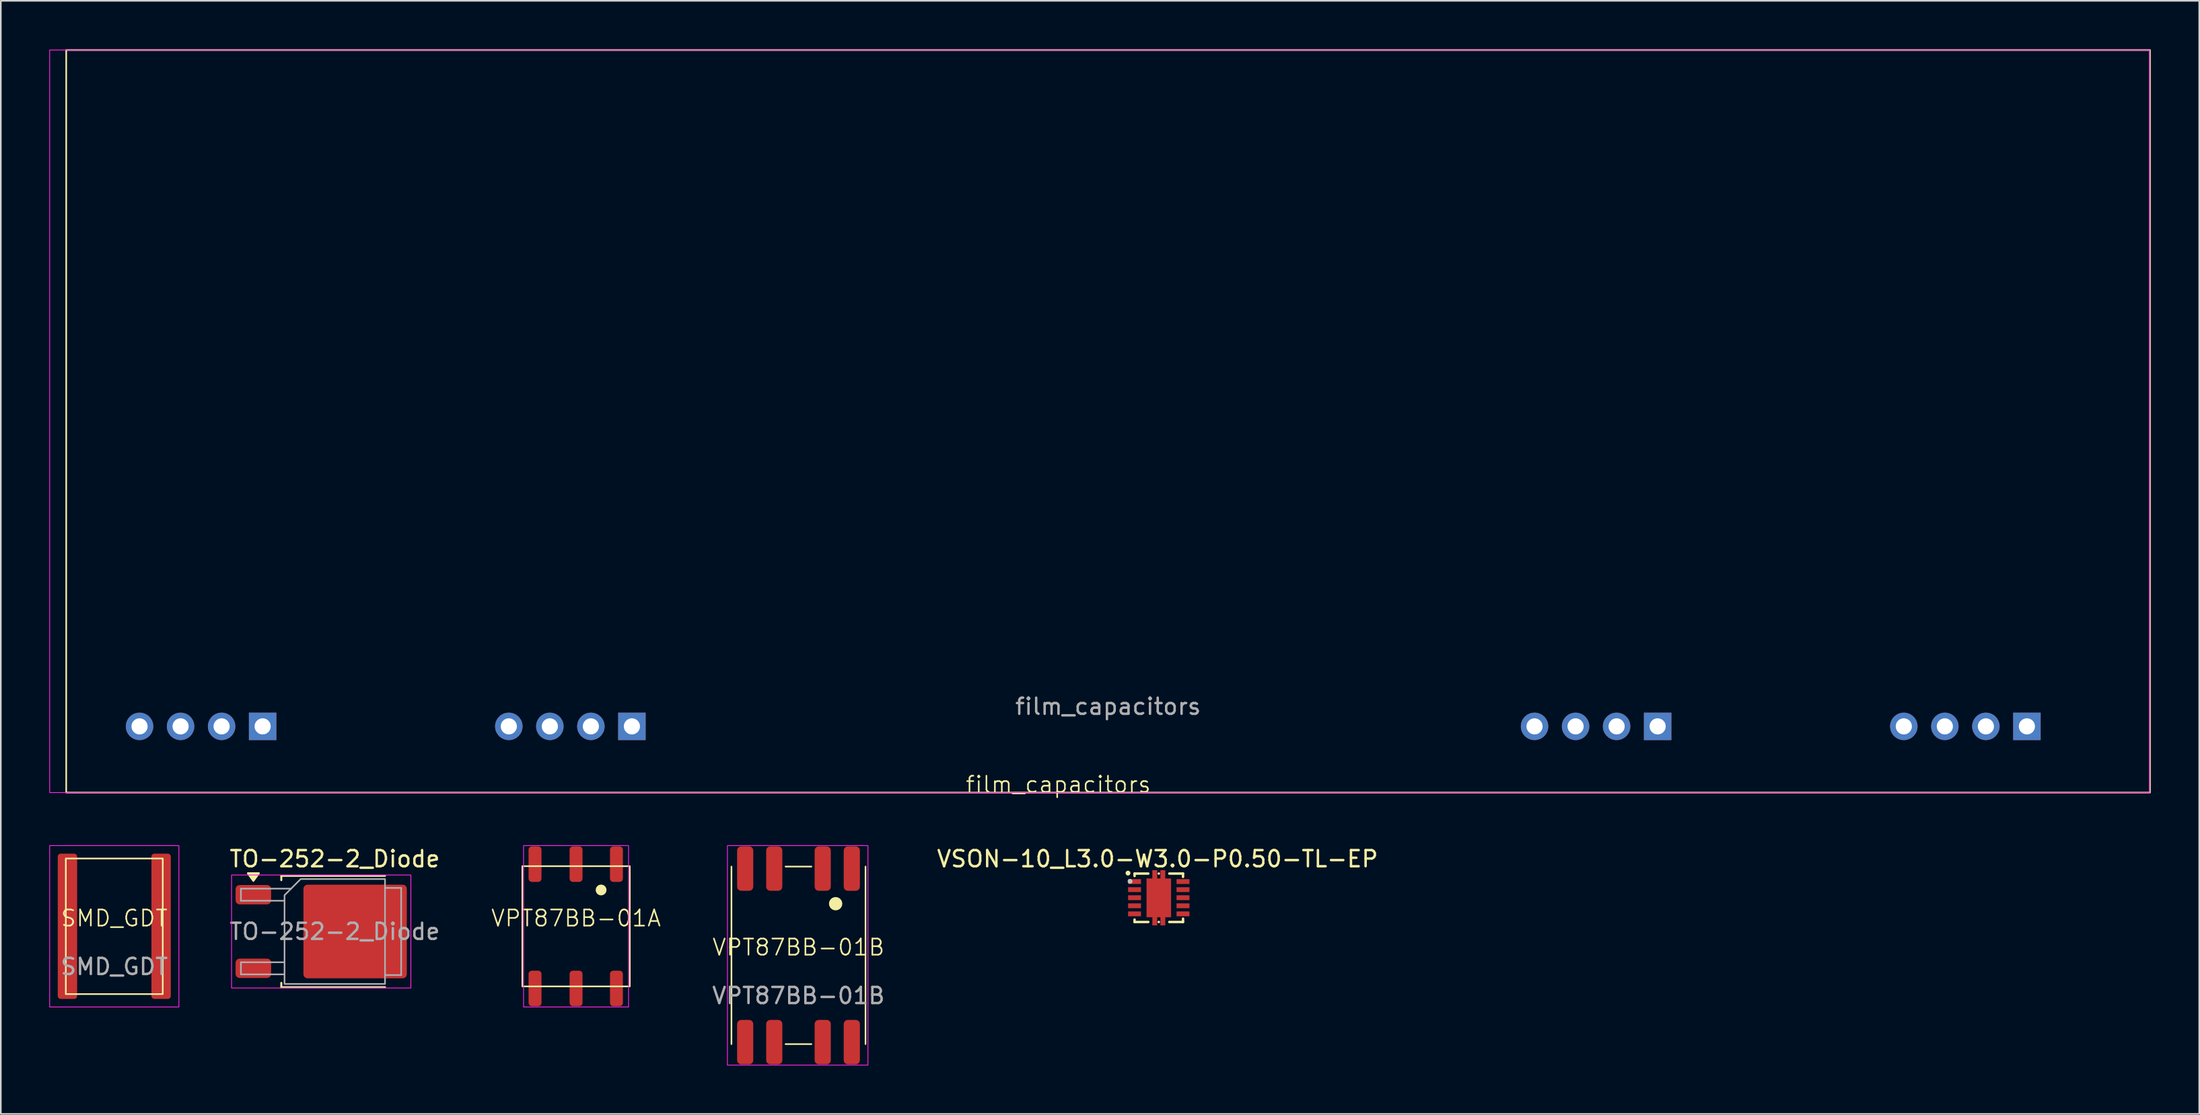
<source format=kicad_pcb>
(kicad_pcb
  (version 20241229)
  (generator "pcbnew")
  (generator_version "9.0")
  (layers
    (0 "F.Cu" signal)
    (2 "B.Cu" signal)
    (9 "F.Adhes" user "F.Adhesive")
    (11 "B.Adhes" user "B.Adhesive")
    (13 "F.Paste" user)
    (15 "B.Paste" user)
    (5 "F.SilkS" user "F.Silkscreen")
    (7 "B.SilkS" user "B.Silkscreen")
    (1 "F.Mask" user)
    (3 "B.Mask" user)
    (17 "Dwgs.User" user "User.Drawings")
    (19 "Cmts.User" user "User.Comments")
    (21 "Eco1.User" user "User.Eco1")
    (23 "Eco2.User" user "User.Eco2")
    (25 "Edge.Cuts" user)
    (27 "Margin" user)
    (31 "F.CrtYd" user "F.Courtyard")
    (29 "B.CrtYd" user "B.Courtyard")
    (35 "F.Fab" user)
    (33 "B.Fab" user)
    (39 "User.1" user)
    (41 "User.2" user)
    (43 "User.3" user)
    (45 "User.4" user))
  (footprint "SMD_GDT"
    (layer "F.Cu")
    (at 4.025 54.336)
    (property "Reference" "SMD_GDT" (at 0 -0.5 0) (unlocked yes) (layer "F.SilkS") (effects (font (size 1 1) (thickness 0.1))))
    (attr through_hole)
    (fp_rect (start -3 -4.2) (end 3 4.2) (stroke (width 0.1) (type solid)) (fill no) (layer "F.SilkS"))
    (fp_rect (start -4 -5) (end 4 5) (stroke (width 0.05) (type default)) (fill no) (layer "F.CrtYd"))
    (fp_text user "${REFERENCE}" (at 0 2.5 0) (unlocked yes) (layer "F.Fab") (effects (font (size 1 1) (thickness 0.15))))
    (pad "1" smd roundrect (at -2.9 0) (size 1.2 9) (layers "F.Cu" "F.Mask" "F.Paste") (roundrect_rratio 0.15))
    (pad "3" smd roundrect (at 2.9 0) (size 1.2 9) (layers "F.Cu" "F.Mask" "F.Paste") (roundrect_rratio 0.15)))
  (footprint "VPT87BB-01A"
    (layer "F.Cu")
    (at 32.612 54.336)
    (property "Reference" "VPT87BB-01A" (at 0 -0.5 0) (unlocked yes) (layer "F.SilkS") (effects (font (size 1 1) (thickness 0.1))))
    (attr smd)
    (fp_rect (start 3.325 -3.725) (end -3.325 3.725) (stroke (width 0.1) (type default)) (fill no) (layer "F.SilkS"))
    (fp_circle (center 1.55 -2.25) (end 1.833 -2.25) (stroke (width 0.1) (type solid)) (fill yes) (layer "F.SilkS"))
    (fp_rect (start -3.25 -5) (end 3.25 5) (stroke (width 0.05) (type default)) (fill no) (layer "F.CrtYd"))
    (pad "1" smd roundrect (at 2.5 -3.85) (size 0.8 2.2) (layers "F.Cu" "F.Mask" "F.Paste") (roundrect_rratio 0.25))
    (pad "2" smd roundrect (at 0 -3.85) (size 0.8 2.2) (layers "F.Cu" "F.Mask" "F.Paste") (roundrect_rratio 0.25))
    (pad "3" smd roundrect (at -2.54 -3.85) (size 0.8 2.2) (layers "F.Cu" "F.Mask" "F.Paste") (roundrect_rratio 0.25))
    (pad "4" smd roundrect (at -2.54 3.85) (size 0.8 2.2) (layers "F.Cu" "F.Mask" "F.Paste") (roundrect_rratio 0.25))
    (pad "5" smd roundrect (at 0 3.85) (size 0.8 2.2) (layers "F.Cu" "F.Mask" "F.Paste") (roundrect_rratio 0.25))
    (pad "6" smd roundrect (at 2.5 3.85) (size 0.8 2.2) (layers "F.Cu" "F.Mask" "F.Paste") (roundrect_rratio 0.25)))
  (footprint "VPT87BB-01B"
    (layer "F.Cu")
    (at 46.382 56.136)
    (property "Reference" "VPT87BB-01B" (at 0 -0.5 0) (unlocked yes) (layer "F.SilkS") (effects (font (size 1 1) (thickness 0.1))))
    (attr smd)
    (fp_line (start -4.15 -5.5) (end -4.15 5.5) (stroke (width 0.1) (type default)) (layer "F.SilkS"))
    (fp_line (start -0.8 -5.5) (end 0.8 -5.5) (stroke (width 0.1) (type default)) (layer "F.SilkS"))
    (fp_line (start -0.8 5.5) (end 0.8 5.5) (stroke (width 0.1) (type default)) (layer "F.SilkS"))
    (fp_line (start 4.15 -5.5) (end 4.15 5.5) (stroke (width 0.1) (type default)) (layer "F.SilkS"))
    (fp_circle (center 2.3 -3.2) (end 2.661 -3.2) (stroke (width 0.1) (type solid)) (fill yes) (layer "F.SilkS"))
    (fp_rect (start -4.4 -6.8) (end 4.3 6.8) (stroke (width 0.05) (type default)) (fill no) (layer "F.CrtYd"))
    (fp_text user "${REFERENCE}" (at 0 2.5 0) (unlocked yes) (layer "F.Fab") (effects (font (size 1 1) (thickness 0.15))))
    (pad "1" smd roundrect (at 3.3 -5.375) (size 1 2.75) (layers "F.Cu" "F.Mask" "F.Paste") (roundrect_rratio 0.25))
    (pad "2" smd roundrect (at 1.5 -5.375) (size 1 2.75) (layers "F.Cu" "F.Mask" "F.Paste") (roundrect_rratio 0.25))
    (pad "3" smd roundrect (at -1.5 -5.375) (size 1 2.75) (layers "F.Cu" "F.Mask" "F.Paste") (roundrect_rratio 0.25))
    (pad "4" smd roundrect (at -3.3 -5.375) (size 1 2.75) (layers "F.Cu" "F.Mask" "F.Paste") (roundrect_rratio 0.25))
    (pad "5" smd roundrect (at -3.3 5.375) (size 1 2.75) (layers "F.Cu" "F.Mask" "F.Paste") (roundrect_rratio 0.25))
    (pad "6" smd roundrect (at -1.5 5.375) (size 1 2.75) (layers "F.Cu" "F.Mask" "F.Paste") (roundrect_rratio 0.25))
    (pad "7" smd roundrect (at 1.5 5.375) (size 1 2.75) (layers "F.Cu" "F.Mask" "F.Paste") (roundrect_rratio 0.25))
    (pad "8" smd roundrect (at 3.3 5.375) (size 1 2.75) (layers "F.Cu" "F.Mask" "F.Paste") (roundrect_rratio 0.25)))
  (footprint "TO-252-2_Diode"
    (layer "F.Cu")
    (at 17.675 54.659)
    (property "Reference" "TO-252-2_Diode" (at 0 -4.5 0) (layer "F.SilkS") (effects (font (size 1 1) (thickness 0.15))))
    (attr smd)
    (fp_line (start -3.31 -3.45) (end -3.31 -3.18) (stroke (width 0.12) (type solid)) (layer "F.SilkS"))
    (fp_line (start -3.31 3.45) (end -3.31 3.18) (stroke (width 0.12) (type solid)) (layer "F.SilkS"))
    (fp_line (start 3.11 -3.45) (end -3.31 -3.45) (stroke (width 0.12) (type solid)) (layer "F.SilkS"))
    (fp_line (start 3.11 3.45) (end -3.31 3.45) (stroke (width 0.12) (type solid)) (layer "F.SilkS"))
    (fp_poly (pts (xy -5.04 -3.14) (xy -5.38 -3.61) (xy -4.7 -3.61)) (stroke (width 0.12) (type solid)) (fill yes) (layer "F.SilkS"))
    (fp_rect (start -6.39 -3.5) (end 4.71 3.5) (stroke (width 0.05) (type solid)) (fill no) (layer "F.CrtYd"))
    (fp_line (start -5.81 -2.655) (end -5.81 -1.905) (stroke (width 0.1) (type solid)) (layer "F.Fab"))
    (fp_line (start -5.81 -1.905) (end -3.11 -1.905) (stroke (width 0.1) (type solid)) (layer "F.Fab"))
    (fp_line (start -5.81 1.905) (end -5.81 2.655) (stroke (width 0.1) (type solid)) (layer "F.Fab"))
    (fp_line (start -5.81 2.655) (end -3.11 2.655) (stroke (width 0.1) (type solid)) (layer "F.Fab"))
    (fp_line (start -3.11 1.905) (end -5.81 1.905) (stroke (width 0.1) (type solid)) (layer "F.Fab"))
    (fp_line (start -2.705 -2.655) (end -5.81 -2.655) (stroke (width 0.1) (type solid)) (layer "F.Fab"))
    (fp_line (start 3.11 -2.7) (end 4.11 -2.7) (stroke (width 0.1) (type solid)) (layer "F.Fab"))
    (fp_line (start 4.11 -2.7) (end 4.11 2.7) (stroke (width 0.1) (type solid)) (layer "F.Fab"))
    (fp_line (start 4.11 2.7) (end 3.11 2.7) (stroke (width 0.1) (type solid)) (layer "F.Fab"))
    (fp_poly (pts (xy 3.11 -3.25) (xy 3.11 3.25) (xy -3.11 3.25) (xy -3.11 -2.25) (xy -2.11 -3.25)) (stroke (width 0.1) (type solid)) (fill no) (layer "F.Fab"))
    (fp_text user "${REFERENCE}" (at 0 0 0) (layer "F.Fab") (effects (font (size 1 1) (thickness 0.15))))
    (pad "" smd roundrect (at -0.415 -1.525) (size 3.05 2.75) (layers "F.Paste") (roundrect_rratio 0.091))
    (pad "" smd roundrect (at -0.415 1.525) (size 3.05 2.75) (layers "F.Paste") (roundrect_rratio 0.091))
    (pad "" smd roundrect (at 2.935 -1.525) (size 3.05 2.75) (layers "F.Paste") (roundrect_rratio 0.091))
    (pad "" smd roundrect (at 2.935 1.525) (size 3.05 2.75) (layers "F.Paste") (roundrect_rratio 0.091))
    (pad "1" smd roundrect (at 1.26 0) (size 6.4 5.8) (layers "F.Cu" "F.Mask") (roundrect_rratio 0.043))
    (pad "2" smd roundrect (at -5.04 -2.28) (size 2.2 1.2) (layers "F.Cu" "F.Mask" "F.Paste") (roundrect_rratio 0.208))
    (pad "2" smd roundrect (at -5.04 2.28) (size 2.2 1.2) (layers "F.Cu" "F.Mask" "F.Paste") (roundrect_rratio 0.208)))
  (footprint "film_capacitors"
    (layer "F.Cu")
    (at 65.549 46.05)
    (property "Reference" "film_capacitors" (at -3.08 -0.5 0) (unlocked yes) (layer "F.SilkS") (effects (font (size 1 1) (thickness 0.1))))
    (attr through_hole)
    (fp_rect (start -64.5 -46) (end 64.5 0) (stroke (width 0.1) (type solid)) (fill no) (layer "F.SilkS"))
    (fp_rect (start -65.524 -46) (end 64.476 0) (stroke (width 0.05) (type solid)) (fill no) (layer "F.CrtYd"))
    (fp_text user "${REFERENCE}" (at 0 -5.334 0) (unlocked yes) (layer "F.Fab") (effects (font (size 1 1) (thickness 0.15))))
    (pad "1" thru_hole circle (at -37.1 -4.1 270) (size 1.7 1.7) (drill 1) (layers "*.Cu" "*.Mask"))
    (pad "1" thru_hole circle (at -34.56 -4.1 270) (size 1.7 1.7) (drill 1) (layers "*.Cu" "*.Mask"))
    (pad "1" thru_hole circle (at -32.02 -4.1 270) (size 1.7 1.7) (drill 1) (layers "*.Cu" "*.Mask"))
    (pad "1" thru_hole rect (at -29.48 -4.1 270) (size 1.7 1.7) (drill 1) (layers "*.Cu" "*.Mask"))
    (pad "1" thru_hole circle (at 49.26 -4.1 270) (size 1.7 1.7) (drill 1) (layers "*.Cu" "*.Mask"))
    (pad "1" thru_hole circle (at 51.8 -4.1 270) (size 1.7 1.7) (drill 1) (layers "*.Cu" "*.Mask"))
    (pad "1" thru_hole circle (at 54.34 -4.1 270) (size 1.7 1.7) (drill 1) (layers "*.Cu" "*.Mask"))
    (pad "1" thru_hole rect (at 56.88 -4.1 270) (size 1.7 1.7) (drill 1) (layers "*.Cu" "*.Mask"))
    (pad "2" thru_hole circle (at -59.96 -4.1 270) (size 1.7 1.7) (drill 1) (layers "*.Cu" "*.Mask"))
    (pad "2" thru_hole circle (at -57.42 -4.1 270) (size 1.7 1.7) (drill 1) (layers "*.Cu" "*.Mask"))
    (pad "2" thru_hole circle (at -54.88 -4.1 270) (size 1.7 1.7) (drill 1) (layers "*.Cu" "*.Mask"))
    (pad "2" thru_hole rect (at -52.34 -4.1 270) (size 1.7 1.7) (drill 1) (layers "*.Cu" "*.Mask"))
    (pad "2" thru_hole circle (at 26.4 -4.1 270) (size 1.7 1.7) (drill 1) (layers "*.Cu" "*.Mask"))
    (pad "2" thru_hole circle (at 28.94 -4.1 270) (size 1.7 1.7) (drill 1) (layers "*.Cu" "*.Mask"))
    (pad "2" thru_hole circle (at 31.48 -4.1 270) (size 1.7 1.7) (drill 1) (layers "*.Cu" "*.Mask"))
    (pad "2" thru_hole rect (at 34.02 -4.1 270) (size 1.7 1.7) (drill 1) (layers "*.Cu" "*.Mask")))
  (footprint "VSON-10_L3.0-W3.0-P0.50-TL-EP"
    (layer "F.Cu")
    (at 68.686 52.565)
    (property "Reference" "VSON-10_L3.0-W3.0-P0.50-TL-EP" (at -0.077 -2.406 0) (layer "F.SilkS") (effects (font (size 1 1) (thickness 0.15))))
    (fp_line (start -1.498 -1.496) (end -1.498 -1.345) (stroke (width 0.15) (type default)) (layer "F.SilkS"))
    (fp_line (start -1.498 -1.496) (end -0.647 -1.496) (stroke (width 0.15) (type default)) (layer "F.SilkS"))
    (fp_line (start -1.498 1.353) (end -1.498 1.504) (stroke (width 0.15) (type default)) (layer "F.SilkS"))
    (fp_line (start -0.647 1.504) (end -1.498 1.504) (stroke (width 0.15) (type default)) (layer "F.SilkS"))
    (fp_line (start 0.001 -1.496) (end 0.003 -1.496) (stroke (width 0.15) (type default)) (layer "F.SilkS"))
    (fp_line (start 0.003 1.504) (end 0.001 1.504) (stroke (width 0.15) (type default)) (layer "F.SilkS"))
    (fp_line (start 0.65 -1.496) (end 1.502 -1.496) (stroke (width 0.15) (type default)) (layer "F.SilkS"))
    (fp_line (start 1.502 -1.496) (end 1.502 -1.29) (stroke (width 0.15) (type default)) (layer "F.SilkS"))
    (fp_line (start 1.502 1.298) (end 1.502 1.504) (stroke (width 0.15) (type default)) (layer "F.SilkS"))
    (fp_line (start 1.502 1.504) (end 0.65 1.504) (stroke (width 0.15) (type default)) (layer "F.SilkS"))
    (fp_circle (center -1.905 -1.524) (end -1.83 -1.524) (stroke (width 0.15) (type default)) (fill no) (layer "F.SilkS"))
    (fp_circle (center -1.778 -1.016) (end -1.703 -1.016) (stroke (width 0.15) (type default)) (fill no) (layer "Dwgs.User"))
    (fp_poly (pts (xy -1.5 -1.12) (xy -1.1 -1.12) (xy -1.1 -0.88) (xy -1.5 -0.88)) (stroke (width 0.1) (type default)) (fill no) (layer "User.1"))
    (fp_poly (pts (xy -1.5 -0.62) (xy -1.1 -0.62) (xy -1.1 -0.38) (xy -1.5 -0.38)) (stroke (width 0.1) (type default)) (fill no) (layer "User.1"))
    (fp_poly (pts (xy -1.5 0.38) (xy -1.1 0.38) (xy -1.1 0.62) (xy -1.5 0.62)) (stroke (width 0.1) (type default)) (fill no) (layer "User.1"))
    (fp_poly (pts (xy -1.5 0.88) (xy -1.1 0.88) (xy -1.1 1.12) (xy -1.5 1.12)) (stroke (width 0.1) (type default)) (fill no) (layer "User.1"))
    (fp_poly (pts (xy -1.1 0.12) (xy -1.5 0.12) (xy -1.5 -0.12) (xy -1.1 -0.12)) (stroke (width 0.1) (type default)) (fill no) (layer "User.1"))
    (fp_poly (pts (xy 1.1 -1.12) (xy 1.5 -1.12) (xy 1.5 -0.88) (xy 1.1 -0.88)) (stroke (width 0.1) (type default)) (fill no) (layer "User.1"))
    (fp_poly (pts (xy 1.1 -0.62) (xy 1.5 -0.62) (xy 1.5 -0.38) (xy 1.1 -0.38)) (stroke (width 0.1) (type default)) (fill no) (layer "User.1"))
    (fp_poly (pts (xy 1.1 -0.12) (xy 1.5 -0.12) (xy 1.5 0.12) (xy 1.1 0.12)) (stroke (width 0.1) (type default)) (fill no) (layer "User.1"))
    (fp_poly (pts (xy 1.1 0.38) (xy 1.5 0.38) (xy 1.5 0.62) (xy 1.1 0.62)) (stroke (width 0.1) (type default)) (fill no) (layer "User.1"))
    (fp_poly (pts (xy 1.1 0.88) (xy 1.5 0.88) (xy 1.5 1.12) (xy 1.1 1.12)) (stroke (width 0.1) (type default)) (fill no) (layer "User.1"))
    (fp_poly (pts (xy -0.758 -1.191) (xy -0.399 -1.191) (xy -0.399 -1.5) (xy -0.099 -1.5) (xy -0.099 -1.191) (xy 0.102 -1.191) (xy 0.102 -1.5) (xy 0.402 -1.5) (xy 0.402 -1.191) (xy 0.761 -1.191) (xy 0.761 1.209) (xy 0.402 1.209) (xy 0.402 1.5) (xy 0.102 1.5) (xy 0.102 1.209) (xy -0.099 1.209) (xy -0.099 1.5) (xy -0.399 1.5) (xy -0.399 1.209) (xy -0.758 1.209) (xy -0.758 -0.886)) (stroke (width 0.1) (type default)) (fill no) (layer "User.1"))
    (fp_line (start -1.5 -1.5) (end 1.5 -1.5) (stroke (width 0.051) (type default)) (layer "User.2"))
    (fp_line (start -1.5 1.5) (end -1.5 -1.5) (stroke (width 0.051) (type default)) (layer "User.2"))
    (fp_line (start 1.5 -1.5) (end 1.5 1.5) (stroke (width 0.051) (type default)) (layer "User.2"))
    (fp_line (start 1.5 1.5) (end -1.5 1.5) (stroke (width 0.051) (type default)) (layer "User.2"))
    (fp_poly (pts (xy -1.415 -1.493) (xy -1.447 -1.525) (xy -1.493 -1.525) (xy -1.525 -1.493) (xy -1.525 -1.447) (xy -1.493 -1.415) (xy -1.447 -1.415) (xy -1.415 -1.447)) (stroke (width 0.1) (type default)) (fill no) (layer "User.3"))
    (pad "1" smd rect (at -1.5 -1) (size 0.8 0.3) (layers "F.Cu" "F.Mask" "F.Paste"))
    (pad "2" smd rect (at -1.5 -0.5) (size 0.8 0.3) (layers "F.Cu" "F.Mask" "F.Paste"))
    (pad "3" smd rect (at -1.5 0) (size 0.8 0.3) (layers "F.Cu" "F.Mask" "F.Paste"))
    (pad "4" smd rect (at -1.5 0.5) (size 0.8 0.3) (layers "F.Cu" "F.Mask" "F.Paste"))
    (pad "5" smd rect (at -1.5 1) (size 0.8 0.3) (layers "F.Cu" "F.Mask" "F.Paste"))
    (pad "6" smd rect (at 1.5 1) (size 0.8 0.3) (layers "F.Cu" "F.Mask" "F.Paste"))
    (pad "7" smd rect (at 1.5 0.5) (size 0.8 0.3) (layers "F.Cu" "F.Mask" "F.Paste"))
    (pad "8" smd rect (at 1.5 0) (size 0.8 0.3) (layers "F.Cu" "F.Mask" "F.Paste"))
    (pad "9" smd rect (at 1.5 -0.5) (size 0.8 0.3) (layers "F.Cu" "F.Mask" "F.Paste"))
    (pad "10" smd rect (at 1.5 -1) (size 0.8 0.3) (layers "F.Cu" "F.Mask" "F.Paste"))
    (pad "11" smd custom (at 0.002 0.009) (size 0.000001 0.000001) (layers "F.Cu" "F.Mask" "F.Paste") (options (anchor circle)) (primitives (gr_poly (pts (xy -0.76 -1.2) (xy -0.4 -1.2) (xy -0.4 -1.715) (xy -0.1 -1.715) (xy -0.1 -1.2) (xy 0.1 -1.2) (xy 0.1 -1.715) (xy 0.4 -1.715) (xy 0.4 -1.2) (xy 0.76 -1.2) (xy 0.76 1.2) (xy 0.4 1.2) (xy 0.4 1.705) (xy 0.1 1.705) (xy 0.1 1.2) (xy -0.1 1.2) (xy -0.1 1.705) (xy -0.4 1.705) (xy -0.4 1.2) (xy -0.76 1.2) (xy -0.76 -0.895)) (width 0) (fill yes)))))
  (gr_rect
    (start -3 -3)
    (end 133.099 65.96)
    (stroke (width 0.1) (type default))
    (fill no)
    (layer "Edge.Cuts")))
</source>
